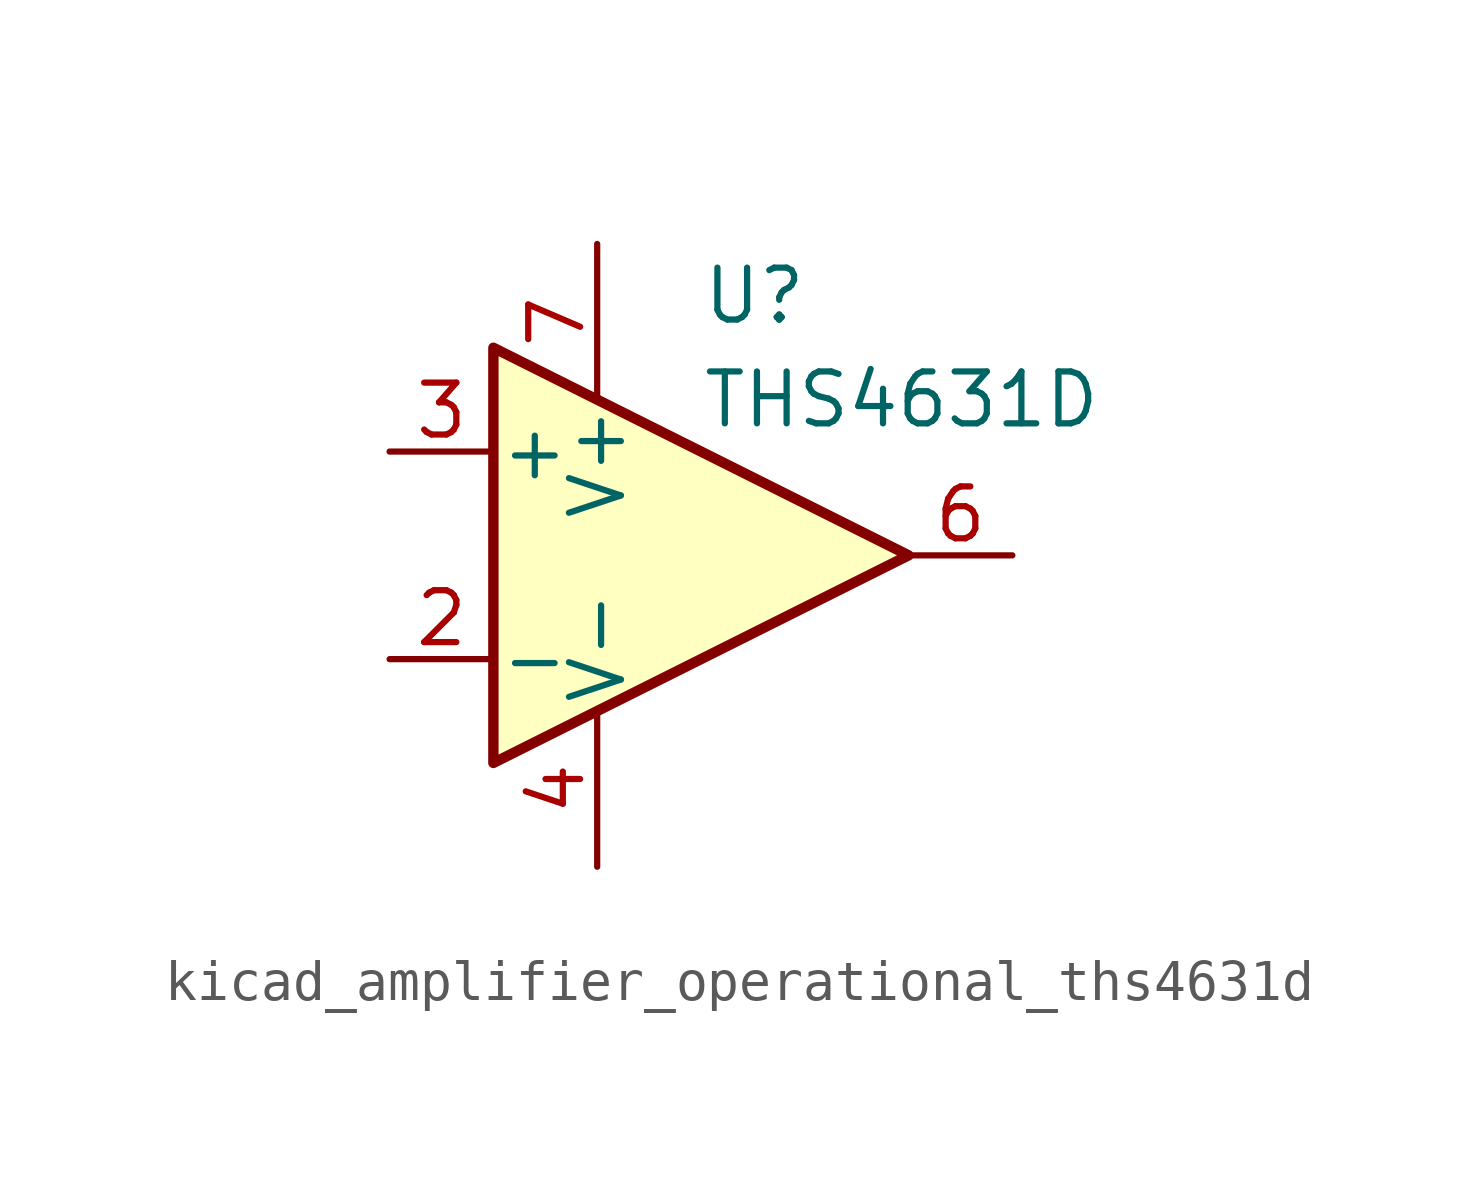
<source format=kicad_sym>
(kicad_symbol_lib
  (version 20220914)
  (generator kicad_symbol_editor)
  (symbol "kicad_amplifier_operational_ths4631d"
    (pin_names
      (offset 0.127))
    (property "Reference" "U"
      (at 0 6.35 0)
      (effects (font (size 1.27 1.27)) (justify left)))
    (property "Value" "THS4631D"
      (at 0 3.81 0)
      (effects (font (size 1.27 1.27)) (justify left)))
    (symbol "kicad_amplifier_operational_ths4631d_0_1"
      (polyline (pts (xy -5.08 5.08) (xy 5.08 0) (xy -5.08 -5.08) (xy -5.08 5.08)) (stroke (width 0.254) (type default)) (fill (type background))))
    (symbol "kicad_amplifier_operational_ths4631d_1_1"
      (pin no_connect line (at -2.54 2.54 270) (length 2.54) hide (name "NC" (effects (font (size 1.27 1.27)))) (number "1" (effects (font (size 1.27 1.27)))))
      (pin input line (at -7.62 -2.54 0) (length 2.54) (name "-" (effects (font (size 1.27 1.27)))) (number "2" (effects (font (size 1.27 1.27)))))
      (pin input line (at -7.62 2.54 0) (length 2.54) (name "+" (effects (font (size 1.27 1.27)))) (number "3" (effects (font (size 1.27 1.27)))))
      (pin power_in line (at -2.54 -7.62 90) (length 3.81) (name "V-" (effects (font (size 1.27 1.27)))) (number "4" (effects (font (size 1.27 1.27)))))
      (pin no_connect line (at 0 2.54 270) (length 2.54) hide (name "NC" (effects (font (size 1.27 1.27)))) (number "5" (effects (font (size 1.27 1.27)))))
      (pin output line (at 7.62 0 180) (length 2.54) (name "~" (effects (font (size 1.27 1.27)))) (number "6" (effects (font (size 1.27 1.27)))))
      (pin power_in line (at -2.54 7.62 270) (length 3.81) (name "V+" (effects (font (size 1.27 1.27)))) (number "7" (effects (font (size 1.27 1.27)))))
      (pin no_connect line (at 0 -2.54 90) (length 2.54) hide (name "NC" (effects (font (size 1.27 1.27)))) (number "8" (effects (font (size 1.27 1.27))))))))
</source>
